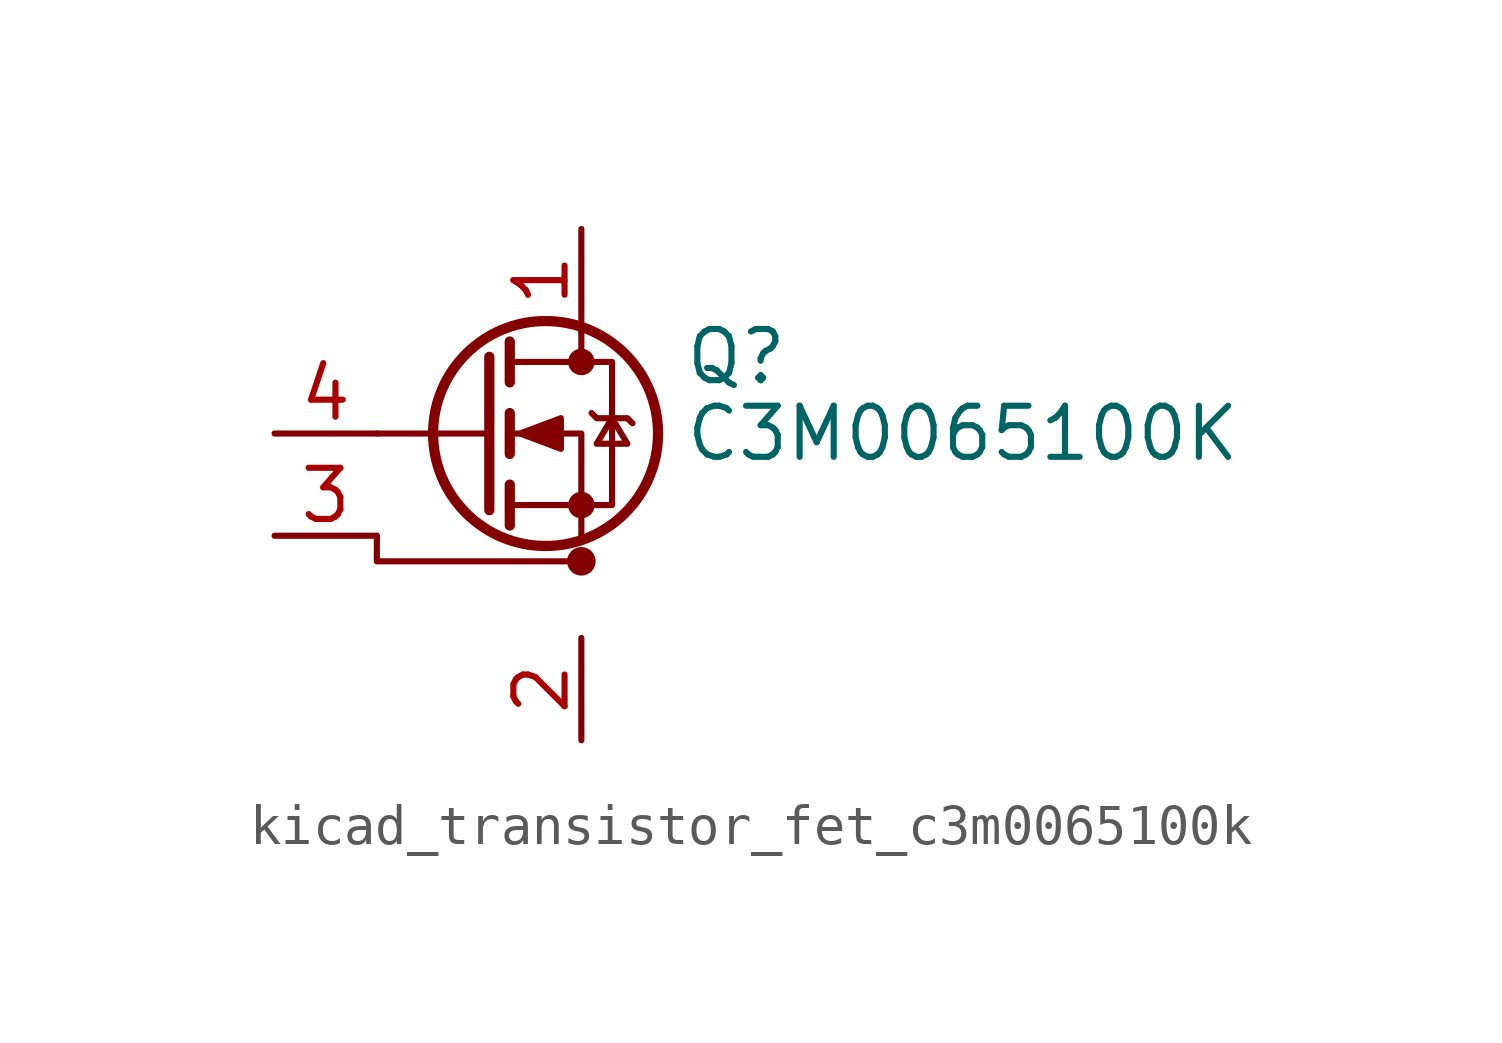
<source format=kicad_sym>
(kicad_symbol_lib
  (version 20220914)
  (generator kicad_symbol_editor)
  (symbol "kicad_transistor_fet_c3m0065100k"
    (pin_names hide)
    (property "Reference" "Q"
      (at 5.08 1.905 0)
      (effects (font (size 1.27 1.27)) (justify left)))
    (property "Value" "C3M0065100K"
      (at 5.08 0 0)
      (effects (font (size 1.27 1.27)) (justify left)))
    (symbol "kicad_transistor_fet_c3m0065100k_0_1"
      (polyline (pts (xy 0.254 0) (xy -2.54 0)) (stroke (width 0) (type default)) (fill (type none)))
      (polyline (pts (xy 0.254 1.905) (xy 0.254 -1.905)) (stroke (width 0.254) (type default)) (fill (type none)))
      (polyline (pts (xy 0.762 -1.27) (xy 0.762 -2.286)) (stroke (width 0.254) (type default)) (fill (type none)))
      (polyline (pts (xy 0.762 0.508) (xy 0.762 -0.508)) (stroke (width 0.254) (type default)) (fill (type none)))
      (polyline (pts (xy 0.762 2.286) (xy 0.762 1.27)) (stroke (width 0.254) (type default)) (fill (type none)))
      (polyline (pts (xy 2.54 2.54) (xy 2.54 1.778)) (stroke (width 0) (type default)) (fill (type none)))
      (polyline (pts (xy -2.54 -2.54) (xy -2.54 -3.175) (xy 2.54 -3.175)) (stroke (width 0) (type default)) (fill (type none)))
      (polyline (pts (xy 2.54 -2.54) (xy 2.54 0) (xy 0.762 0)) (stroke (width 0) (type default)) (fill (type none)))
      (polyline (pts (xy 0.762 -1.778) (xy 3.302 -1.778) (xy 3.302 1.778) (xy 0.762 1.778)) (stroke (width 0) (type default)) (fill (type none)))
      (polyline (pts (xy 1.016 0) (xy 2.032 0.381) (xy 2.032 -0.381) (xy 1.016 0)) (stroke (width 0) (type default)) (fill (type outline)))
      (polyline (pts (xy 2.794 0.508) (xy 2.921 0.381) (xy 3.683 0.381) (xy 3.81 0.254)) (stroke (width 0) (type default)) (fill (type none)))
      (polyline (pts (xy 3.302 0.381) (xy 2.921 -0.254) (xy 3.683 -0.254) (xy 3.302 0.381)) (stroke (width 0) (type default)) (fill (type none)))
      (circle (center 1.651 0) (radius 2.794) (stroke (width 0.254) (type default)) (fill (type none)))
      (circle (center 2.54 -3.175) (radius 0.279) (stroke (width 0) (type default)) (fill (type outline)))
      (circle (center 2.54 -1.778) (radius 0.254) (stroke (width 0) (type default)) (fill (type outline)))
      (circle (center 2.54 1.778) (radius 0.254) (stroke (width 0) (type default)) (fill (type outline))))
    (symbol "kicad_transistor_fet_c3m0065100k_1_1"
      (pin passive line (at 2.54 5.08 270) (length 2.54) (name "D" (effects (font (size 1.27 1.27)))) (number "1" (effects (font (size 1.27 1.27)))))
      (pin passive line (at 2.54 -5.08 270) (length 2.54) (name "S" (effects (font (size 1.27 1.27)))) (number "2" (effects (font (size 1.27 1.27)))))
      (pin passive line (at -5.08 -2.54 0) (length 2.54) (name "DS" (effects (font (size 1.27 1.27)))) (number "3" (effects (font (size 1.27 1.27)))))
      (pin input line (at -5.08 0 0) (length 2.54) (name "G" (effects (font (size 1.27 1.27)))) (number "4" (effects (font (size 1.27 1.27))))))))
</source>
